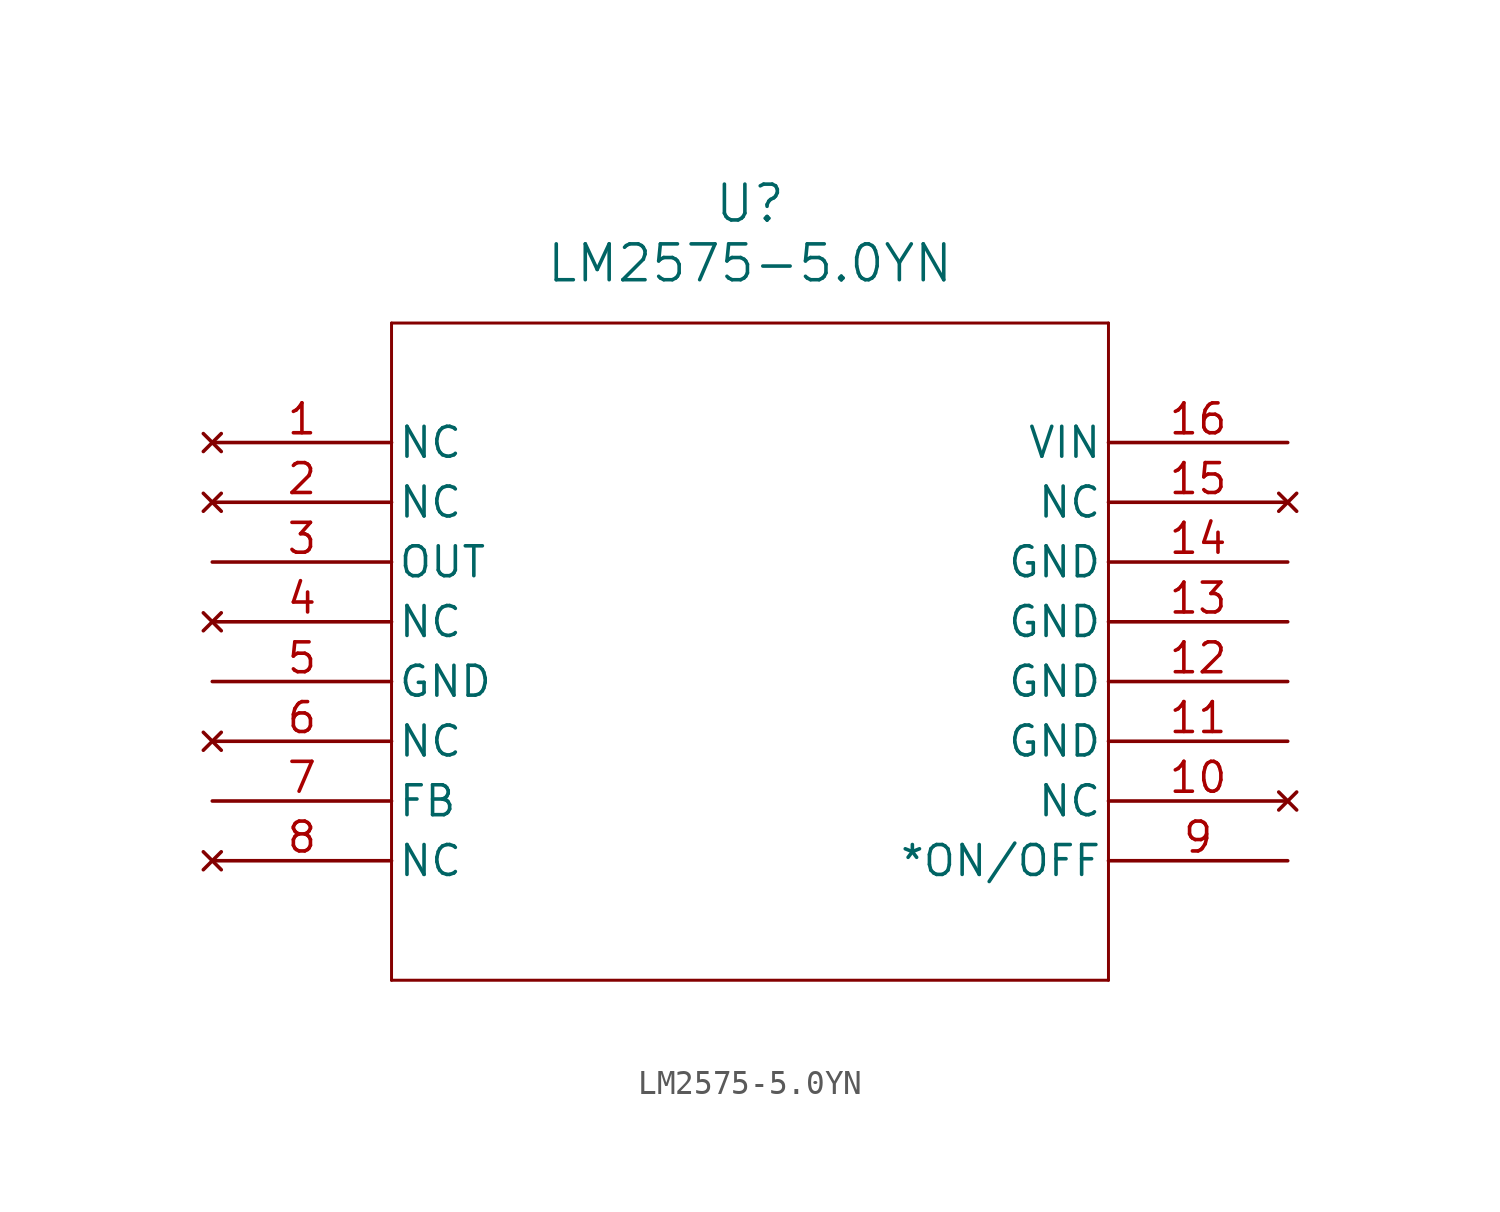
<source format=kicad_sym>
(kicad_symbol_lib
  (version 20211014)
  (generator kicad_symbol_editor)
  (symbol "LM2575-5.0YN"
    (pin_names
      (offset 0.254))
    (property "Reference" "U"
      (at 22.86 10.16 0)
      (effects (font (size 1.524 1.524))))
    (property "Value" "LM2575-5.0YN"
      (at 22.86 7.62 0)
      (effects (font (size 1.524 1.524))))
    (symbol "LM2575-5.0YN_0_1"
      (polyline (pts (xy 7.62 5.08) (xy 7.62 -22.86)) (stroke (width 0.127) (type default) (color 0 0 0 0)) (fill (type none)))
      (polyline (pts (xy 7.62 -22.86) (xy 38.1 -22.86)) (stroke (width 0.127) (type default) (color 0 0 0 0)) (fill (type none)))
      (polyline (pts (xy 38.1 -22.86) (xy 38.1 5.08)) (stroke (width 0.127) (type default) (color 0 0 0 0)) (fill (type none)))
      (polyline (pts (xy 38.1 5.08) (xy 7.62 5.08)) (stroke (width 0.127) (type default) (color 0 0 0 0)) (fill (type none)))
      (pin no_connect line (at 0 0 0) (length 7.62) (name "NC" (effects (font (size 1.27 1.27)))) (number "1" (effects (font (size 1.27 1.27)))))
      (pin no_connect line (at 0 -2.54 0) (length 7.62) (name "NC" (effects (font (size 1.27 1.27)))) (number "2" (effects (font (size 1.27 1.27)))))
      (pin output line (at 0 -5.08 0) (length 7.62) (name "OUT" (effects (font (size 1.27 1.27)))) (number "3" (effects (font (size 1.27 1.27)))))
      (pin no_connect line (at 0 -7.62 0) (length 7.62) (name "NC" (effects (font (size 1.27 1.27)))) (number "4" (effects (font (size 1.27 1.27)))))
      (pin power_in line (at 0 -10.16 0) (length 7.62) (name "GND" (effects (font (size 1.27 1.27)))) (number "5" (effects (font (size 1.27 1.27)))))
      (pin no_connect line (at 0 -12.7 0) (length 7.62) (name "NC" (effects (font (size 1.27 1.27)))) (number "6" (effects (font (size 1.27 1.27)))))
      (pin unspecified line (at 0 -15.24 0) (length 7.62) (name "FB" (effects (font (size 1.27 1.27)))) (number "7" (effects (font (size 1.27 1.27)))))
      (pin no_connect line (at 0 -17.78 0) (length 7.62) (name "NC" (effects (font (size 1.27 1.27)))) (number "8" (effects (font (size 1.27 1.27)))))
      (pin unspecified line (at 45.72 -17.78 180) (length 7.62) (name "*ON/OFF" (effects (font (size 1.27 1.27)))) (number "9" (effects (font (size 1.27 1.27)))))
      (pin no_connect line (at 45.72 -15.24 180) (length 7.62) (name "NC" (effects (font (size 1.27 1.27)))) (number "10" (effects (font (size 1.27 1.27)))))
      (pin power_in line (at 45.72 -12.7 180) (length 7.62) (name "GND" (effects (font (size 1.27 1.27)))) (number "11" (effects (font (size 1.27 1.27)))))
      (pin power_in line (at 45.72 -10.16 180) (length 7.62) (name "GND" (effects (font (size 1.27 1.27)))) (number "12" (effects (font (size 1.27 1.27)))))
      (pin power_in line (at 45.72 -7.62 180) (length 7.62) (name "GND" (effects (font (size 1.27 1.27)))) (number "13" (effects (font (size 1.27 1.27)))))
      (pin power_in line (at 45.72 -5.08 180) (length 7.62) (name "GND" (effects (font (size 1.27 1.27)))) (number "14" (effects (font (size 1.27 1.27)))))
      (pin no_connect line (at 45.72 -2.54 180) (length 7.62) (name "NC" (effects (font (size 1.27 1.27)))) (number "15" (effects (font (size 1.27 1.27)))))
      (pin input line (at 45.72 0 180) (length 7.62) (name "VIN" (effects (font (size 1.27 1.27)))) (number "16" (effects (font (size 1.27 1.27))))))))
</source>
